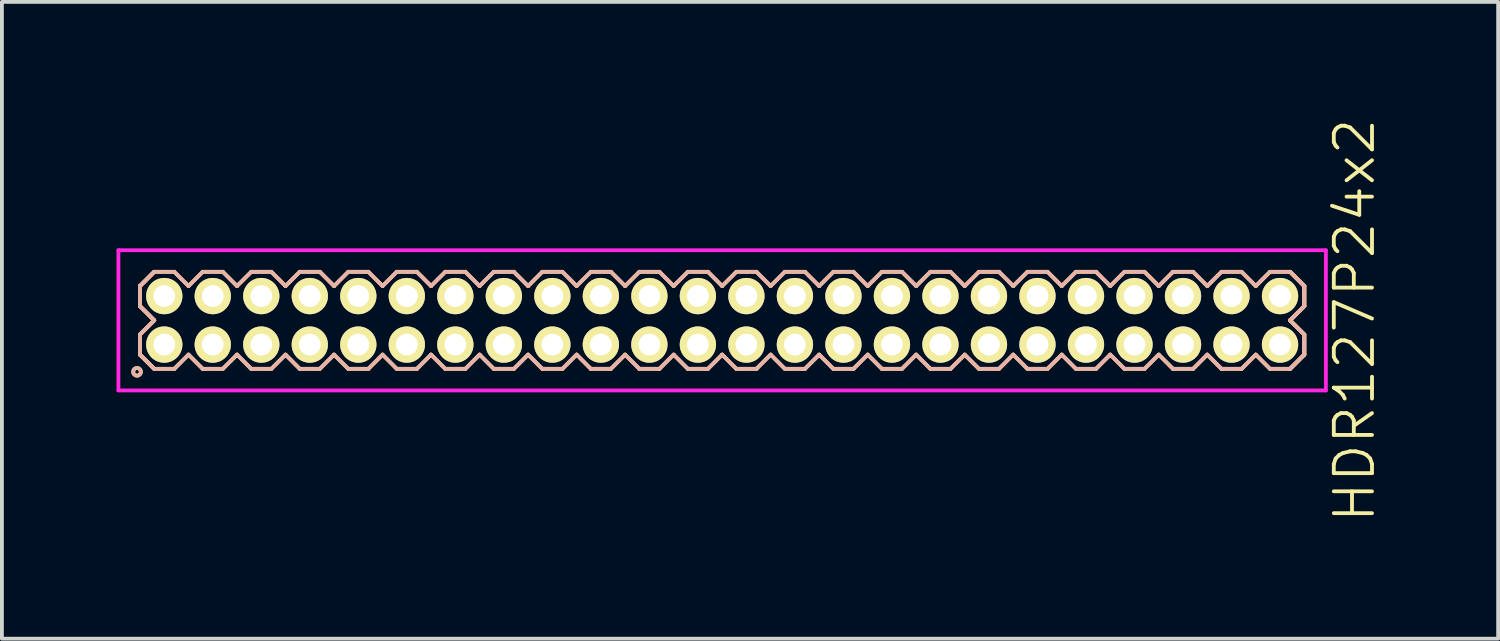
<source format=kicad_pcb>
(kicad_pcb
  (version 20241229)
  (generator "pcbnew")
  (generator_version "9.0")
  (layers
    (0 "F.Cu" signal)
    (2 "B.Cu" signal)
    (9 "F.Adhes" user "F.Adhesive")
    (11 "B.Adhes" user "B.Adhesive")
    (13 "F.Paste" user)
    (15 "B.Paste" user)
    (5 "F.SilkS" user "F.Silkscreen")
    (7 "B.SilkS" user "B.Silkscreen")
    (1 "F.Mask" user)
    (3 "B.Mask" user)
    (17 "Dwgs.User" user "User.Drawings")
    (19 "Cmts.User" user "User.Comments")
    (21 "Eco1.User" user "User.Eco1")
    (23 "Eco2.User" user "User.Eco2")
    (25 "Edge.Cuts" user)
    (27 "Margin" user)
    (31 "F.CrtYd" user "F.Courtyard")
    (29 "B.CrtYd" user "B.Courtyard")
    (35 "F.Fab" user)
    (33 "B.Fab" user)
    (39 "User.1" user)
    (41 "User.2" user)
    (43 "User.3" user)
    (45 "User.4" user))
  (footprint "HDR127P24x2"
    (layer "F.Cu")
    (at 15.855 5.336)
    (property "Reference" "HDR127P24x2" (at 16.555 0 90) (layer "F.SilkS") (effects (font (size 1 1) (thickness 0.1))))
    (attr through_hole)
    (fp_line (start -15.24 -0.898) (end -14.868 -1.27) (stroke (width 0.1) (type solid)) (layer "F.SilkS"))
    (fp_line (start -15.24 -0.898) (end -14.868 -1.27) (stroke (width 0.1) (type solid)) (layer "F.SilkS"))
    (fp_line (start -15.24 -0.372) (end -15.24 -0.898) (stroke (width 0.1) (type solid)) (layer "F.SilkS"))
    (fp_line (start -15.24 -0.372) (end -15.24 -0.898) (stroke (width 0.1) (type solid)) (layer "F.SilkS"))
    (fp_line (start -15.24 0.372) (end -14.868 0) (stroke (width 0.1) (type solid)) (layer "F.SilkS"))
    (fp_line (start -15.24 0.372) (end -14.868 0) (stroke (width 0.1) (type solid)) (layer "F.SilkS"))
    (fp_line (start -15.24 0.898) (end -15.24 0.372) (stroke (width 0.1) (type solid)) (layer "F.SilkS"))
    (fp_line (start -15.24 0.898) (end -15.24 0.372) (stroke (width 0.1) (type solid)) (layer "F.SilkS"))
    (fp_line (start -14.868 -1.27) (end -14.342 -1.27) (stroke (width 0.1) (type solid)) (layer "F.SilkS"))
    (fp_line (start -14.868 0) (end -15.24 -0.372) (stroke (width 0.1) (type solid)) (layer "F.SilkS"))
    (fp_line (start -14.868 0) (end -15.24 -0.372) (stroke (width 0.1) (type solid)) (layer "F.SilkS"))
    (fp_line (start -14.868 1.27) (end -15.24 0.898) (stroke (width 0.1) (type solid)) (layer "F.SilkS"))
    (fp_line (start -14.868 1.27) (end -15.24 0.898) (stroke (width 0.1) (type solid)) (layer "F.SilkS"))
    (fp_line (start -14.342 -1.27) (end -13.97 -0.898) (stroke (width 0.1) (type solid)) (layer "F.SilkS"))
    (fp_line (start -14.342 1.27) (end -14.868 1.27) (stroke (width 0.1) (type solid)) (layer "F.SilkS"))
    (fp_line (start -13.97 -0.898) (end -13.598 -1.27) (stroke (width 0.1) (type solid)) (layer "F.SilkS"))
    (fp_line (start -13.97 0.898) (end -14.342 1.27) (stroke (width 0.1) (type solid)) (layer "F.SilkS"))
    (fp_line (start -13.598 -1.27) (end -13.072 -1.27) (stroke (width 0.1) (type solid)) (layer "F.SilkS"))
    (fp_line (start -13.598 1.27) (end -13.97 0.898) (stroke (width 0.1) (type solid)) (layer "F.SilkS"))
    (fp_line (start -13.072 -1.27) (end -12.7 -0.898) (stroke (width 0.1) (type solid)) (layer "F.SilkS"))
    (fp_line (start -13.072 1.27) (end -13.598 1.27) (stroke (width 0.1) (type solid)) (layer "F.SilkS"))
    (fp_line (start -12.7 -0.898) (end -12.328 -1.27) (stroke (width 0.1) (type solid)) (layer "F.SilkS"))
    (fp_line (start -12.7 0.898) (end -13.072 1.27) (stroke (width 0.1) (type solid)) (layer "F.SilkS"))
    (fp_line (start -12.328 -1.27) (end -11.802 -1.27) (stroke (width 0.1) (type solid)) (layer "F.SilkS"))
    (fp_line (start -12.328 1.27) (end -12.7 0.898) (stroke (width 0.1) (type solid)) (layer "F.SilkS"))
    (fp_line (start -11.802 -1.27) (end -11.43 -0.898) (stroke (width 0.1) (type solid)) (layer "F.SilkS"))
    (fp_line (start -11.802 1.27) (end -12.328 1.27) (stroke (width 0.1) (type solid)) (layer "F.SilkS"))
    (fp_line (start -11.43 -0.898) (end -11.058 -1.27) (stroke (width 0.1) (type solid)) (layer "F.SilkS"))
    (fp_line (start -11.43 0.898) (end -11.802 1.27) (stroke (width 0.1) (type solid)) (layer "F.SilkS"))
    (fp_line (start -11.058 -1.27) (end -10.532 -1.27) (stroke (width 0.1) (type solid)) (layer "F.SilkS"))
    (fp_line (start -11.058 1.27) (end -11.43 0.898) (stroke (width 0.1) (type solid)) (layer "F.SilkS"))
    (fp_line (start -10.532 -1.27) (end -10.16 -0.898) (stroke (width 0.1) (type solid)) (layer "F.SilkS"))
    (fp_line (start -10.532 1.27) (end -11.058 1.27) (stroke (width 0.1) (type solid)) (layer "F.SilkS"))
    (fp_line (start -10.16 -0.898) (end -9.788 -1.27) (stroke (width 0.1) (type solid)) (layer "F.SilkS"))
    (fp_line (start -10.16 0.898) (end -10.532 1.27) (stroke (width 0.1) (type solid)) (layer "F.SilkS"))
    (fp_line (start -9.788 -1.27) (end -9.262 -1.27) (stroke (width 0.1) (type solid)) (layer "F.SilkS"))
    (fp_line (start -9.788 1.27) (end -10.16 0.898) (stroke (width 0.1) (type solid)) (layer "F.SilkS"))
    (fp_line (start -9.262 -1.27) (end -8.89 -0.898) (stroke (width 0.1) (type solid)) (layer "F.SilkS"))
    (fp_line (start -9.262 1.27) (end -9.788 1.27) (stroke (width 0.1) (type solid)) (layer "F.SilkS"))
    (fp_line (start -8.89 -0.898) (end -8.518 -1.27) (stroke (width 0.1) (type solid)) (layer "F.SilkS"))
    (fp_line (start -8.89 0.898) (end -9.262 1.27) (stroke (width 0.1) (type solid)) (layer "F.SilkS"))
    (fp_line (start -8.518 -1.27) (end -7.992 -1.27) (stroke (width 0.1) (type solid)) (layer "F.SilkS"))
    (fp_line (start -8.518 1.27) (end -8.89 0.898) (stroke (width 0.1) (type solid)) (layer "F.SilkS"))
    (fp_line (start -7.992 -1.27) (end -7.62 -0.898) (stroke (width 0.1) (type solid)) (layer "F.SilkS"))
    (fp_line (start -7.992 1.27) (end -8.518 1.27) (stroke (width 0.1) (type solid)) (layer "F.SilkS"))
    (fp_line (start -7.62 -0.898) (end -7.248 -1.27) (stroke (width 0.1) (type solid)) (layer "F.SilkS"))
    (fp_line (start -7.62 0.898) (end -7.992 1.27) (stroke (width 0.1) (type solid)) (layer "F.SilkS"))
    (fp_line (start -7.248 -1.27) (end -6.722 -1.27) (stroke (width 0.1) (type solid)) (layer "F.SilkS"))
    (fp_line (start -7.248 1.27) (end -7.62 0.898) (stroke (width 0.1) (type solid)) (layer "F.SilkS"))
    (fp_line (start -6.722 -1.27) (end -6.35 -0.898) (stroke (width 0.1) (type solid)) (layer "F.SilkS"))
    (fp_line (start -6.722 1.27) (end -7.248 1.27) (stroke (width 0.1) (type solid)) (layer "F.SilkS"))
    (fp_line (start -6.35 -0.898) (end -5.978 -1.27) (stroke (width 0.1) (type solid)) (layer "F.SilkS"))
    (fp_line (start -6.35 0.898) (end -6.722 1.27) (stroke (width 0.1) (type solid)) (layer "F.SilkS"))
    (fp_line (start -5.978 -1.27) (end -5.452 -1.27) (stroke (width 0.1) (type solid)) (layer "F.SilkS"))
    (fp_line (start -5.978 1.27) (end -6.35 0.898) (stroke (width 0.1) (type solid)) (layer "F.SilkS"))
    (fp_line (start -5.452 -1.27) (end -5.08 -0.898) (stroke (width 0.1) (type solid)) (layer "F.SilkS"))
    (fp_line (start -5.452 1.27) (end -5.978 1.27) (stroke (width 0.1) (type solid)) (layer "F.SilkS"))
    (fp_line (start -5.08 -0.898) (end -4.708 -1.27) (stroke (width 0.1) (type solid)) (layer "F.SilkS"))
    (fp_line (start -5.08 0.898) (end -5.452 1.27) (stroke (width 0.1) (type solid)) (layer "F.SilkS"))
    (fp_line (start -4.708 -1.27) (end -4.182 -1.27) (stroke (width 0.1) (type solid)) (layer "F.SilkS"))
    (fp_line (start -4.708 1.27) (end -5.08 0.898) (stroke (width 0.1) (type solid)) (layer "F.SilkS"))
    (fp_line (start -4.182 -1.27) (end -3.81 -0.898) (stroke (width 0.1) (type solid)) (layer "F.SilkS"))
    (fp_line (start -4.182 1.27) (end -4.708 1.27) (stroke (width 0.1) (type solid)) (layer "F.SilkS"))
    (fp_line (start -3.81 -0.898) (end -3.438 -1.27) (stroke (width 0.1) (type solid)) (layer "F.SilkS"))
    (fp_line (start -3.81 0.898) (end -4.182 1.27) (stroke (width 0.1) (type solid)) (layer "F.SilkS"))
    (fp_line (start -3.438 -1.27) (end -2.912 -1.27) (stroke (width 0.1) (type solid)) (layer "F.SilkS"))
    (fp_line (start -3.438 1.27) (end -3.81 0.898) (stroke (width 0.1) (type solid)) (layer "F.SilkS"))
    (fp_line (start -2.912 -1.27) (end -2.54 -0.898) (stroke (width 0.1) (type solid)) (layer "F.SilkS"))
    (fp_line (start -2.912 1.27) (end -3.438 1.27) (stroke (width 0.1) (type solid)) (layer "F.SilkS"))
    (fp_line (start -2.54 -0.898) (end -2.168 -1.27) (stroke (width 0.1) (type solid)) (layer "F.SilkS"))
    (fp_line (start -2.54 0.898) (end -2.912 1.27) (stroke (width 0.1) (type solid)) (layer "F.SilkS"))
    (fp_line (start -2.168 -1.27) (end -1.642 -1.27) (stroke (width 0.1) (type solid)) (layer "F.SilkS"))
    (fp_line (start -2.168 1.27) (end -2.54 0.898) (stroke (width 0.1) (type solid)) (layer "F.SilkS"))
    (fp_line (start -1.642 -1.27) (end -1.27 -0.898) (stroke (width 0.1) (type solid)) (layer "F.SilkS"))
    (fp_line (start -1.642 1.27) (end -2.168 1.27) (stroke (width 0.1) (type solid)) (layer "F.SilkS"))
    (fp_line (start -1.27 -0.898) (end -0.898 -1.27) (stroke (width 0.1) (type solid)) (layer "F.SilkS"))
    (fp_line (start -1.27 0.898) (end -1.642 1.27) (stroke (width 0.1) (type solid)) (layer "F.SilkS"))
    (fp_line (start -0.898 -1.27) (end -0.372 -1.27) (stroke (width 0.1) (type solid)) (layer "F.SilkS"))
    (fp_line (start -0.898 1.27) (end -1.27 0.898) (stroke (width 0.1) (type solid)) (layer "F.SilkS"))
    (fp_line (start -0.372 -1.27) (end 0 -0.898) (stroke (width 0.1) (type solid)) (layer "F.SilkS"))
    (fp_line (start -0.372 1.27) (end -0.898 1.27) (stroke (width 0.1) (type solid)) (layer "F.SilkS"))
    (fp_line (start 0 -0.898) (end 0.372 -1.27) (stroke (width 0.1) (type solid)) (layer "F.SilkS"))
    (fp_line (start 0 0.898) (end -0.372 1.27) (stroke (width 0.1) (type solid)) (layer "F.SilkS"))
    (fp_line (start 0.372 -1.27) (end 0.898 -1.27) (stroke (width 0.1) (type solid)) (layer "F.SilkS"))
    (fp_line (start 0.372 1.27) (end 0 0.898) (stroke (width 0.1) (type solid)) (layer "F.SilkS"))
    (fp_line (start 0.898 -1.27) (end 1.27 -0.898) (stroke (width 0.1) (type solid)) (layer "F.SilkS"))
    (fp_line (start 0.898 1.27) (end 0.372 1.27) (stroke (width 0.1) (type solid)) (layer "F.SilkS"))
    (fp_line (start 1.27 -0.898) (end 1.642 -1.27) (stroke (width 0.1) (type solid)) (layer "F.SilkS"))
    (fp_line (start 1.27 0.898) (end 0.898 1.27) (stroke (width 0.1) (type solid)) (layer "F.SilkS"))
    (fp_line (start 1.642 -1.27) (end 2.168 -1.27) (stroke (width 0.1) (type solid)) (layer "F.SilkS"))
    (fp_line (start 1.642 1.27) (end 1.27 0.898) (stroke (width 0.1) (type solid)) (layer "F.SilkS"))
    (fp_line (start 2.168 -1.27) (end 2.54 -0.898) (stroke (width 0.1) (type solid)) (layer "F.SilkS"))
    (fp_line (start 2.168 1.27) (end 1.642 1.27) (stroke (width 0.1) (type solid)) (layer "F.SilkS"))
    (fp_line (start 2.54 -0.898) (end 2.912 -1.27) (stroke (width 0.1) (type solid)) (layer "F.SilkS"))
    (fp_line (start 2.54 0.898) (end 2.168 1.27) (stroke (width 0.1) (type solid)) (layer "F.SilkS"))
    (fp_line (start 2.912 -1.27) (end 3.438 -1.27) (stroke (width 0.1) (type solid)) (layer "F.SilkS"))
    (fp_line (start 2.912 1.27) (end 2.54 0.898) (stroke (width 0.1) (type solid)) (layer "F.SilkS"))
    (fp_line (start 3.438 -1.27) (end 3.81 -0.898) (stroke (width 0.1) (type solid)) (layer "F.SilkS"))
    (fp_line (start 3.438 1.27) (end 2.912 1.27) (stroke (width 0.1) (type solid)) (layer "F.SilkS"))
    (fp_line (start 3.81 -0.898) (end 4.182 -1.27) (stroke (width 0.1) (type solid)) (layer "F.SilkS"))
    (fp_line (start 3.81 0.898) (end 3.438 1.27) (stroke (width 0.1) (type solid)) (layer "F.SilkS"))
    (fp_line (start 4.182 -1.27) (end 4.708 -1.27) (stroke (width 0.1) (type solid)) (layer "F.SilkS"))
    (fp_line (start 4.182 1.27) (end 3.81 0.898) (stroke (width 0.1) (type solid)) (layer "F.SilkS"))
    (fp_line (start 4.708 -1.27) (end 5.08 -0.898) (stroke (width 0.1) (type solid)) (layer "F.SilkS"))
    (fp_line (start 4.708 1.27) (end 4.182 1.27) (stroke (width 0.1) (type solid)) (layer "F.SilkS"))
    (fp_line (start 5.08 -0.898) (end 5.452 -1.27) (stroke (width 0.1) (type solid)) (layer "F.SilkS"))
    (fp_line (start 5.08 0.898) (end 4.708 1.27) (stroke (width 0.1) (type solid)) (layer "F.SilkS"))
    (fp_line (start 5.452 -1.27) (end 5.978 -1.27) (stroke (width 0.1) (type solid)) (layer "F.SilkS"))
    (fp_line (start 5.452 1.27) (end 5.08 0.898) (stroke (width 0.1) (type solid)) (layer "F.SilkS"))
    (fp_line (start 5.978 -1.27) (end 6.35 -0.898) (stroke (width 0.1) (type solid)) (layer "F.SilkS"))
    (fp_line (start 5.978 1.27) (end 5.452 1.27) (stroke (width 0.1) (type solid)) (layer "F.SilkS"))
    (fp_line (start 6.35 -0.898) (end 6.722 -1.27) (stroke (width 0.1) (type solid)) (layer "F.SilkS"))
    (fp_line (start 6.35 0.898) (end 5.978 1.27) (stroke (width 0.1) (type solid)) (layer "F.SilkS"))
    (fp_line (start 6.722 -1.27) (end 7.248 -1.27) (stroke (width 0.1) (type solid)) (layer "F.SilkS"))
    (fp_line (start 6.722 1.27) (end 6.35 0.898) (stroke (width 0.1) (type solid)) (layer "F.SilkS"))
    (fp_line (start 7.248 -1.27) (end 7.62 -0.898) (stroke (width 0.1) (type solid)) (layer "F.SilkS"))
    (fp_line (start 7.248 1.27) (end 6.722 1.27) (stroke (width 0.1) (type solid)) (layer "F.SilkS"))
    (fp_line (start 7.62 -0.898) (end 7.992 -1.27) (stroke (width 0.1) (type solid)) (layer "F.SilkS"))
    (fp_line (start 7.62 0.898) (end 7.248 1.27) (stroke (width 0.1) (type solid)) (layer "F.SilkS"))
    (fp_line (start 7.992 -1.27) (end 8.518 -1.27) (stroke (width 0.1) (type solid)) (layer "F.SilkS"))
    (fp_line (start 7.992 1.27) (end 7.62 0.898) (stroke (width 0.1) (type solid)) (layer "F.SilkS"))
    (fp_line (start 8.518 -1.27) (end 8.89 -0.898) (stroke (width 0.1) (type solid)) (layer "F.SilkS"))
    (fp_line (start 8.518 1.27) (end 7.992 1.27) (stroke (width 0.1) (type solid)) (layer "F.SilkS"))
    (fp_line (start 8.89 -0.898) (end 9.262 -1.27) (stroke (width 0.1) (type solid)) (layer "F.SilkS"))
    (fp_line (start 8.89 0.898) (end 8.518 1.27) (stroke (width 0.1) (type solid)) (layer "F.SilkS"))
    (fp_line (start 9.262 -1.27) (end 9.788 -1.27) (stroke (width 0.1) (type solid)) (layer "F.SilkS"))
    (fp_line (start 9.262 1.27) (end 8.89 0.898) (stroke (width 0.1) (type solid)) (layer "F.SilkS"))
    (fp_line (start 9.788 -1.27) (end 10.16 -0.898) (stroke (width 0.1) (type solid)) (layer "F.SilkS"))
    (fp_line (start 9.788 1.27) (end 9.262 1.27) (stroke (width 0.1) (type solid)) (layer "F.SilkS"))
    (fp_line (start 10.16 -0.898) (end 10.532 -1.27) (stroke (width 0.1) (type solid)) (layer "F.SilkS"))
    (fp_line (start 10.16 0.898) (end 9.788 1.27) (stroke (width 0.1) (type solid)) (layer "F.SilkS"))
    (fp_line (start 10.532 -1.27) (end 11.058 -1.27) (stroke (width 0.1) (type solid)) (layer "F.SilkS"))
    (fp_line (start 10.532 1.27) (end 10.16 0.898) (stroke (width 0.1) (type solid)) (layer "F.SilkS"))
    (fp_line (start 11.058 -1.27) (end 11.43 -0.898) (stroke (width 0.1) (type solid)) (layer "F.SilkS"))
    (fp_line (start 11.058 1.27) (end 10.532 1.27) (stroke (width 0.1) (type solid)) (layer "F.SilkS"))
    (fp_line (start 11.43 -0.898) (end 11.802 -1.27) (stroke (width 0.1) (type solid)) (layer "F.SilkS"))
    (fp_line (start 11.43 0.898) (end 11.058 1.27) (stroke (width 0.1) (type solid)) (layer "F.SilkS"))
    (fp_line (start 11.802 -1.27) (end 12.328 -1.27) (stroke (width 0.1) (type solid)) (layer "F.SilkS"))
    (fp_line (start 11.802 1.27) (end 11.43 0.898) (stroke (width 0.1) (type solid)) (layer "F.SilkS"))
    (fp_line (start 12.328 -1.27) (end 12.7 -0.898) (stroke (width 0.1) (type solid)) (layer "F.SilkS"))
    (fp_line (start 12.328 1.27) (end 11.802 1.27) (stroke (width 0.1) (type solid)) (layer "F.SilkS"))
    (fp_line (start 12.7 -0.898) (end 13.072 -1.27) (stroke (width 0.1) (type solid)) (layer "F.SilkS"))
    (fp_line (start 12.7 0.898) (end 12.328 1.27) (stroke (width 0.1) (type solid)) (layer "F.SilkS"))
    (fp_line (start 13.072 -1.27) (end 13.598 -1.27) (stroke (width 0.1) (type solid)) (layer "F.SilkS"))
    (fp_line (start 13.072 1.27) (end 12.7 0.898) (stroke (width 0.1) (type solid)) (layer "F.SilkS"))
    (fp_line (start 13.598 -1.27) (end 13.97 -0.898) (stroke (width 0.1) (type solid)) (layer "F.SilkS"))
    (fp_line (start 13.598 1.27) (end 13.072 1.27) (stroke (width 0.1) (type solid)) (layer "F.SilkS"))
    (fp_line (start 13.97 -0.898) (end 14.342 -1.27) (stroke (width 0.1) (type solid)) (layer "F.SilkS"))
    (fp_line (start 13.97 0.898) (end 13.598 1.27) (stroke (width 0.1) (type solid)) (layer "F.SilkS"))
    (fp_line (start 14.342 -1.27) (end 14.868 -1.27) (stroke (width 0.1) (type solid)) (layer "F.SilkS"))
    (fp_line (start 14.342 1.27) (end 13.97 0.898) (stroke (width 0.1) (type solid)) (layer "F.SilkS"))
    (fp_line (start 14.868 -1.27) (end 15.24 -0.898) (stroke (width 0.1) (type solid)) (layer "F.SilkS"))
    (fp_line (start 14.868 -1.27) (end 15.24 -0.898) (stroke (width 0.1) (type solid)) (layer "F.SilkS"))
    (fp_line (start 14.868 0) (end 15.24 0.372) (stroke (width 0.1) (type solid)) (layer "F.SilkS"))
    (fp_line (start 14.868 0) (end 15.24 0.372) (stroke (width 0.1) (type solid)) (layer "F.SilkS"))
    (fp_line (start 14.868 1.27) (end 14.342 1.27) (stroke (width 0.1) (type solid)) (layer "F.SilkS"))
    (fp_line (start 15.24 -0.898) (end 15.24 -0.372) (stroke (width 0.1) (type solid)) (layer "F.SilkS"))
    (fp_line (start 15.24 -0.898) (end 15.24 -0.372) (stroke (width 0.1) (type solid)) (layer "F.SilkS"))
    (fp_line (start 15.24 -0.372) (end 14.868 0) (stroke (width 0.1) (type solid)) (layer "F.SilkS"))
    (fp_line (start 15.24 -0.372) (end 14.868 0) (stroke (width 0.1) (type solid)) (layer "F.SilkS"))
    (fp_line (start 15.24 0.372) (end 15.24 0.898) (stroke (width 0.1) (type solid)) (layer "F.SilkS"))
    (fp_line (start 15.24 0.372) (end 15.24 0.898) (stroke (width 0.1) (type solid)) (layer "F.SilkS"))
    (fp_line (start 15.24 0.898) (end 14.868 1.27) (stroke (width 0.1) (type solid)) (layer "F.SilkS"))
    (fp_line (start 15.24 0.898) (end 14.868 1.27) (stroke (width 0.1) (type solid)) (layer "F.SilkS"))
    (fp_circle (center -15.318 1.348) (end -15.218 1.348) (stroke (width 0.1) (type solid)) (fill no) (layer "F.SilkS"))
    (fp_line (start -15.24 -0.898) (end -14.868 -1.27) (stroke (width 0.1) (type solid)) (layer "B.SilkS"))
    (fp_line (start -15.24 -0.898) (end -14.868 -1.27) (stroke (width 0.1) (type solid)) (layer "B.SilkS"))
    (fp_line (start -15.24 -0.372) (end -15.24 -0.898) (stroke (width 0.1) (type solid)) (layer "B.SilkS"))
    (fp_line (start -15.24 -0.372) (end -15.24 -0.898) (stroke (width 0.1) (type solid)) (layer "B.SilkS"))
    (fp_line (start -15.24 0.372) (end -14.868 0) (stroke (width 0.1) (type solid)) (layer "B.SilkS"))
    (fp_line (start -15.24 0.372) (end -14.868 0) (stroke (width 0.1) (type solid)) (layer "B.SilkS"))
    (fp_line (start -15.24 0.898) (end -15.24 0.372) (stroke (width 0.1) (type solid)) (layer "B.SilkS"))
    (fp_line (start -15.24 0.898) (end -15.24 0.372) (stroke (width 0.1) (type solid)) (layer "B.SilkS"))
    (fp_line (start -14.868 -1.27) (end -14.342 -1.27) (stroke (width 0.1) (type solid)) (layer "B.SilkS"))
    (fp_line (start -14.868 0) (end -15.24 -0.372) (stroke (width 0.1) (type solid)) (layer "B.SilkS"))
    (fp_line (start -14.868 0) (end -15.24 -0.372) (stroke (width 0.1) (type solid)) (layer "B.SilkS"))
    (fp_line (start -14.868 1.27) (end -15.24 0.898) (stroke (width 0.1) (type solid)) (layer "B.SilkS"))
    (fp_line (start -14.868 1.27) (end -15.24 0.898) (stroke (width 0.1) (type solid)) (layer "B.SilkS"))
    (fp_line (start -14.342 -1.27) (end -13.97 -0.898) (stroke (width 0.1) (type solid)) (layer "B.SilkS"))
    (fp_line (start -14.342 1.27) (end -14.868 1.27) (stroke (width 0.1) (type solid)) (layer "B.SilkS"))
    (fp_line (start -13.97 -0.898) (end -13.598 -1.27) (stroke (width 0.1) (type solid)) (layer "B.SilkS"))
    (fp_line (start -13.97 0.898) (end -14.342 1.27) (stroke (width 0.1) (type solid)) (layer "B.SilkS"))
    (fp_line (start -13.598 -1.27) (end -13.072 -1.27) (stroke (width 0.1) (type solid)) (layer "B.SilkS"))
    (fp_line (start -13.598 1.27) (end -13.97 0.898) (stroke (width 0.1) (type solid)) (layer "B.SilkS"))
    (fp_line (start -13.072 -1.27) (end -12.7 -0.898) (stroke (width 0.1) (type solid)) (layer "B.SilkS"))
    (fp_line (start -13.072 1.27) (end -13.598 1.27) (stroke (width 0.1) (type solid)) (layer "B.SilkS"))
    (fp_line (start -12.7 -0.898) (end -12.328 -1.27) (stroke (width 0.1) (type solid)) (layer "B.SilkS"))
    (fp_line (start -12.7 0.898) (end -13.072 1.27) (stroke (width 0.1) (type solid)) (layer "B.SilkS"))
    (fp_line (start -12.328 -1.27) (end -11.802 -1.27) (stroke (width 0.1) (type solid)) (layer "B.SilkS"))
    (fp_line (start -12.328 1.27) (end -12.7 0.898) (stroke (width 0.1) (type solid)) (layer "B.SilkS"))
    (fp_line (start -11.802 -1.27) (end -11.43 -0.898) (stroke (width 0.1) (type solid)) (layer "B.SilkS"))
    (fp_line (start -11.802 1.27) (end -12.328 1.27) (stroke (width 0.1) (type solid)) (layer "B.SilkS"))
    (fp_line (start -11.43 -0.898) (end -11.058 -1.27) (stroke (width 0.1) (type solid)) (layer "B.SilkS"))
    (fp_line (start -11.43 0.898) (end -11.802 1.27) (stroke (width 0.1) (type solid)) (layer "B.SilkS"))
    (fp_line (start -11.058 -1.27) (end -10.532 -1.27) (stroke (width 0.1) (type solid)) (layer "B.SilkS"))
    (fp_line (start -11.058 1.27) (end -11.43 0.898) (stroke (width 0.1) (type solid)) (layer "B.SilkS"))
    (fp_line (start -10.532 -1.27) (end -10.16 -0.898) (stroke (width 0.1) (type solid)) (layer "B.SilkS"))
    (fp_line (start -10.532 1.27) (end -11.058 1.27) (stroke (width 0.1) (type solid)) (layer "B.SilkS"))
    (fp_line (start -10.16 -0.898) (end -9.788 -1.27) (stroke (width 0.1) (type solid)) (layer "B.SilkS"))
    (fp_line (start -10.16 0.898) (end -10.532 1.27) (stroke (width 0.1) (type solid)) (layer "B.SilkS"))
    (fp_line (start -9.788 -1.27) (end -9.262 -1.27) (stroke (width 0.1) (type solid)) (layer "B.SilkS"))
    (fp_line (start -9.788 1.27) (end -10.16 0.898) (stroke (width 0.1) (type solid)) (layer "B.SilkS"))
    (fp_line (start -9.262 -1.27) (end -8.89 -0.898) (stroke (width 0.1) (type solid)) (layer "B.SilkS"))
    (fp_line (start -9.262 1.27) (end -9.788 1.27) (stroke (width 0.1) (type solid)) (layer "B.SilkS"))
    (fp_line (start -8.89 -0.898) (end -8.518 -1.27) (stroke (width 0.1) (type solid)) (layer "B.SilkS"))
    (fp_line (start -8.89 0.898) (end -9.262 1.27) (stroke (width 0.1) (type solid)) (layer "B.SilkS"))
    (fp_line (start -8.518 -1.27) (end -7.992 -1.27) (stroke (width 0.1) (type solid)) (layer "B.SilkS"))
    (fp_line (start -8.518 1.27) (end -8.89 0.898) (stroke (width 0.1) (type solid)) (layer "B.SilkS"))
    (fp_line (start -7.992 -1.27) (end -7.62 -0.898) (stroke (width 0.1) (type solid)) (layer "B.SilkS"))
    (fp_line (start -7.992 1.27) (end -8.518 1.27) (stroke (width 0.1) (type solid)) (layer "B.SilkS"))
    (fp_line (start -7.62 -0.898) (end -7.248 -1.27) (stroke (width 0.1) (type solid)) (layer "B.SilkS"))
    (fp_line (start -7.62 0.898) (end -7.992 1.27) (stroke (width 0.1) (type solid)) (layer "B.SilkS"))
    (fp_line (start -7.248 -1.27) (end -6.722 -1.27) (stroke (width 0.1) (type solid)) (layer "B.SilkS"))
    (fp_line (start -7.248 1.27) (end -7.62 0.898) (stroke (width 0.1) (type solid)) (layer "B.SilkS"))
    (fp_line (start -6.722 -1.27) (end -6.35 -0.898) (stroke (width 0.1) (type solid)) (layer "B.SilkS"))
    (fp_line (start -6.722 1.27) (end -7.248 1.27) (stroke (width 0.1) (type solid)) (layer "B.SilkS"))
    (fp_line (start -6.35 -0.898) (end -5.978 -1.27) (stroke (width 0.1) (type solid)) (layer "B.SilkS"))
    (fp_line (start -6.35 0.898) (end -6.722 1.27) (stroke (width 0.1) (type solid)) (layer "B.SilkS"))
    (fp_line (start -5.978 -1.27) (end -5.452 -1.27) (stroke (width 0.1) (type solid)) (layer "B.SilkS"))
    (fp_line (start -5.978 1.27) (end -6.35 0.898) (stroke (width 0.1) (type solid)) (layer "B.SilkS"))
    (fp_line (start -5.452 -1.27) (end -5.08 -0.898) (stroke (width 0.1) (type solid)) (layer "B.SilkS"))
    (fp_line (start -5.452 1.27) (end -5.978 1.27) (stroke (width 0.1) (type solid)) (layer "B.SilkS"))
    (fp_line (start -5.08 -0.898) (end -4.708 -1.27) (stroke (width 0.1) (type solid)) (layer "B.SilkS"))
    (fp_line (start -5.08 0.898) (end -5.452 1.27) (stroke (width 0.1) (type solid)) (layer "B.SilkS"))
    (fp_line (start -4.708 -1.27) (end -4.182 -1.27) (stroke (width 0.1) (type solid)) (layer "B.SilkS"))
    (fp_line (start -4.708 1.27) (end -5.08 0.898) (stroke (width 0.1) (type solid)) (layer "B.SilkS"))
    (fp_line (start -4.182 -1.27) (end -3.81 -0.898) (stroke (width 0.1) (type solid)) (layer "B.SilkS"))
    (fp_line (start -4.182 1.27) (end -4.708 1.27) (stroke (width 0.1) (type solid)) (layer "B.SilkS"))
    (fp_line (start -3.81 -0.898) (end -3.438 -1.27) (stroke (width 0.1) (type solid)) (layer "B.SilkS"))
    (fp_line (start -3.81 0.898) (end -4.182 1.27) (stroke (width 0.1) (type solid)) (layer "B.SilkS"))
    (fp_line (start -3.438 -1.27) (end -2.912 -1.27) (stroke (width 0.1) (type solid)) (layer "B.SilkS"))
    (fp_line (start -3.438 1.27) (end -3.81 0.898) (stroke (width 0.1) (type solid)) (layer "B.SilkS"))
    (fp_line (start -2.912 -1.27) (end -2.54 -0.898) (stroke (width 0.1) (type solid)) (layer "B.SilkS"))
    (fp_line (start -2.912 1.27) (end -3.438 1.27) (stroke (width 0.1) (type solid)) (layer "B.SilkS"))
    (fp_line (start -2.54 -0.898) (end -2.168 -1.27) (stroke (width 0.1) (type solid)) (layer "B.SilkS"))
    (fp_line (start -2.54 0.898) (end -2.912 1.27) (stroke (width 0.1) (type solid)) (layer "B.SilkS"))
    (fp_line (start -2.168 -1.27) (end -1.642 -1.27) (stroke (width 0.1) (type solid)) (layer "B.SilkS"))
    (fp_line (start -2.168 1.27) (end -2.54 0.898) (stroke (width 0.1) (type solid)) (layer "B.SilkS"))
    (fp_line (start -1.642 -1.27) (end -1.27 -0.898) (stroke (width 0.1) (type solid)) (layer "B.SilkS"))
    (fp_line (start -1.642 1.27) (end -2.168 1.27) (stroke (width 0.1) (type solid)) (layer "B.SilkS"))
    (fp_line (start -1.27 -0.898) (end -0.898 -1.27) (stroke (width 0.1) (type solid)) (layer "B.SilkS"))
    (fp_line (start -1.27 0.898) (end -1.642 1.27) (stroke (width 0.1) (type solid)) (layer "B.SilkS"))
    (fp_line (start -0.898 -1.27) (end -0.372 -1.27) (stroke (width 0.1) (type solid)) (layer "B.SilkS"))
    (fp_line (start -0.898 1.27) (end -1.27 0.898) (stroke (width 0.1) (type solid)) (layer "B.SilkS"))
    (fp_line (start -0.372 -1.27) (end 0 -0.898) (stroke (width 0.1) (type solid)) (layer "B.SilkS"))
    (fp_line (start -0.372 1.27) (end -0.898 1.27) (stroke (width 0.1) (type solid)) (layer "B.SilkS"))
    (fp_line (start 0 -0.898) (end 0.372 -1.27) (stroke (width 0.1) (type solid)) (layer "B.SilkS"))
    (fp_line (start 0 0.898) (end -0.372 1.27) (stroke (width 0.1) (type solid)) (layer "B.SilkS"))
    (fp_line (start 0.372 -1.27) (end 0.898 -1.27) (stroke (width 0.1) (type solid)) (layer "B.SilkS"))
    (fp_line (start 0.372 1.27) (end 0 0.898) (stroke (width 0.1) (type solid)) (layer "B.SilkS"))
    (fp_line (start 0.898 -1.27) (end 1.27 -0.898) (stroke (width 0.1) (type solid)) (layer "B.SilkS"))
    (fp_line (start 0.898 1.27) (end 0.372 1.27) (stroke (width 0.1) (type solid)) (layer "B.SilkS"))
    (fp_line (start 1.27 -0.898) (end 1.642 -1.27) (stroke (width 0.1) (type solid)) (layer "B.SilkS"))
    (fp_line (start 1.27 0.898) (end 0.898 1.27) (stroke (width 0.1) (type solid)) (layer "B.SilkS"))
    (fp_line (start 1.642 -1.27) (end 2.168 -1.27) (stroke (width 0.1) (type solid)) (layer "B.SilkS"))
    (fp_line (start 1.642 1.27) (end 1.27 0.898) (stroke (width 0.1) (type solid)) (layer "B.SilkS"))
    (fp_line (start 2.168 -1.27) (end 2.54 -0.898) (stroke (width 0.1) (type solid)) (layer "B.SilkS"))
    (fp_line (start 2.168 1.27) (end 1.642 1.27) (stroke (width 0.1) (type solid)) (layer "B.SilkS"))
    (fp_line (start 2.54 -0.898) (end 2.912 -1.27) (stroke (width 0.1) (type solid)) (layer "B.SilkS"))
    (fp_line (start 2.54 0.898) (end 2.168 1.27) (stroke (width 0.1) (type solid)) (layer "B.SilkS"))
    (fp_line (start 2.912 -1.27) (end 3.438 -1.27) (stroke (width 0.1) (type solid)) (layer "B.SilkS"))
    (fp_line (start 2.912 1.27) (end 2.54 0.898) (stroke (width 0.1) (type solid)) (layer "B.SilkS"))
    (fp_line (start 3.438 -1.27) (end 3.81 -0.898) (stroke (width 0.1) (type solid)) (layer "B.SilkS"))
    (fp_line (start 3.438 1.27) (end 2.912 1.27) (stroke (width 0.1) (type solid)) (layer "B.SilkS"))
    (fp_line (start 3.81 -0.898) (end 4.182 -1.27) (stroke (width 0.1) (type solid)) (layer "B.SilkS"))
    (fp_line (start 3.81 0.898) (end 3.438 1.27) (stroke (width 0.1) (type solid)) (layer "B.SilkS"))
    (fp_line (start 4.182 -1.27) (end 4.708 -1.27) (stroke (width 0.1) (type solid)) (layer "B.SilkS"))
    (fp_line (start 4.182 1.27) (end 3.81 0.898) (stroke (width 0.1) (type solid)) (layer "B.SilkS"))
    (fp_line (start 4.708 -1.27) (end 5.08 -0.898) (stroke (width 0.1) (type solid)) (layer "B.SilkS"))
    (fp_line (start 4.708 1.27) (end 4.182 1.27) (stroke (width 0.1) (type solid)) (layer "B.SilkS"))
    (fp_line (start 5.08 -0.898) (end 5.452 -1.27) (stroke (width 0.1) (type solid)) (layer "B.SilkS"))
    (fp_line (start 5.08 0.898) (end 4.708 1.27) (stroke (width 0.1) (type solid)) (layer "B.SilkS"))
    (fp_line (start 5.452 -1.27) (end 5.978 -1.27) (stroke (width 0.1) (type solid)) (layer "B.SilkS"))
    (fp_line (start 5.452 1.27) (end 5.08 0.898) (stroke (width 0.1) (type solid)) (layer "B.SilkS"))
    (fp_line (start 5.978 -1.27) (end 6.35 -0.898) (stroke (width 0.1) (type solid)) (layer "B.SilkS"))
    (fp_line (start 5.978 1.27) (end 5.452 1.27) (stroke (width 0.1) (type solid)) (layer "B.SilkS"))
    (fp_line (start 6.35 -0.898) (end 6.722 -1.27) (stroke (width 0.1) (type solid)) (layer "B.SilkS"))
    (fp_line (start 6.35 0.898) (end 5.978 1.27) (stroke (width 0.1) (type solid)) (layer "B.SilkS"))
    (fp_line (start 6.722 -1.27) (end 7.248 -1.27) (stroke (width 0.1) (type solid)) (layer "B.SilkS"))
    (fp_line (start 6.722 1.27) (end 6.35 0.898) (stroke (width 0.1) (type solid)) (layer "B.SilkS"))
    (fp_line (start 7.248 -1.27) (end 7.62 -0.898) (stroke (width 0.1) (type solid)) (layer "B.SilkS"))
    (fp_line (start 7.248 1.27) (end 6.722 1.27) (stroke (width 0.1) (type solid)) (layer "B.SilkS"))
    (fp_line (start 7.62 -0.898) (end 7.992 -1.27) (stroke (width 0.1) (type solid)) (layer "B.SilkS"))
    (fp_line (start 7.62 0.898) (end 7.248 1.27) (stroke (width 0.1) (type solid)) (layer "B.SilkS"))
    (fp_line (start 7.992 -1.27) (end 8.518 -1.27) (stroke (width 0.1) (type solid)) (layer "B.SilkS"))
    (fp_line (start 7.992 1.27) (end 7.62 0.898) (stroke (width 0.1) (type solid)) (layer "B.SilkS"))
    (fp_line (start 8.518 -1.27) (end 8.89 -0.898) (stroke (width 0.1) (type solid)) (layer "B.SilkS"))
    (fp_line (start 8.518 1.27) (end 7.992 1.27) (stroke (width 0.1) (type solid)) (layer "B.SilkS"))
    (fp_line (start 8.89 -0.898) (end 9.262 -1.27) (stroke (width 0.1) (type solid)) (layer "B.SilkS"))
    (fp_line (start 8.89 0.898) (end 8.518 1.27) (stroke (width 0.1) (type solid)) (layer "B.SilkS"))
    (fp_line (start 9.262 -1.27) (end 9.788 -1.27) (stroke (width 0.1) (type solid)) (layer "B.SilkS"))
    (fp_line (start 9.262 1.27) (end 8.89 0.898) (stroke (width 0.1) (type solid)) (layer "B.SilkS"))
    (fp_line (start 9.788 -1.27) (end 10.16 -0.898) (stroke (width 0.1) (type solid)) (layer "B.SilkS"))
    (fp_line (start 9.788 1.27) (end 9.262 1.27) (stroke (width 0.1) (type solid)) (layer "B.SilkS"))
    (fp_line (start 10.16 -0.898) (end 10.532 -1.27) (stroke (width 0.1) (type solid)) (layer "B.SilkS"))
    (fp_line (start 10.16 0.898) (end 9.788 1.27) (stroke (width 0.1) (type solid)) (layer "B.SilkS"))
    (fp_line (start 10.532 -1.27) (end 11.058 -1.27) (stroke (width 0.1) (type solid)) (layer "B.SilkS"))
    (fp_line (start 10.532 1.27) (end 10.16 0.898) (stroke (width 0.1) (type solid)) (layer "B.SilkS"))
    (fp_line (start 11.058 -1.27) (end 11.43 -0.898) (stroke (width 0.1) (type solid)) (layer "B.SilkS"))
    (fp_line (start 11.058 1.27) (end 10.532 1.27) (stroke (width 0.1) (type solid)) (layer "B.SilkS"))
    (fp_line (start 11.43 -0.898) (end 11.802 -1.27) (stroke (width 0.1) (type solid)) (layer "B.SilkS"))
    (fp_line (start 11.43 0.898) (end 11.058 1.27) (stroke (width 0.1) (type solid)) (layer "B.SilkS"))
    (fp_line (start 11.802 -1.27) (end 12.328 -1.27) (stroke (width 0.1) (type solid)) (layer "B.SilkS"))
    (fp_line (start 11.802 1.27) (end 11.43 0.898) (stroke (width 0.1) (type solid)) (layer "B.SilkS"))
    (fp_line (start 12.328 -1.27) (end 12.7 -0.898) (stroke (width 0.1) (type solid)) (layer "B.SilkS"))
    (fp_line (start 12.328 1.27) (end 11.802 1.27) (stroke (width 0.1) (type solid)) (layer "B.SilkS"))
    (fp_line (start 12.7 -0.898) (end 13.072 -1.27) (stroke (width 0.1) (type solid)) (layer "B.SilkS"))
    (fp_line (start 12.7 0.898) (end 12.328 1.27) (stroke (width 0.1) (type solid)) (layer "B.SilkS"))
    (fp_line (start 13.072 -1.27) (end 13.598 -1.27) (stroke (width 0.1) (type solid)) (layer "B.SilkS"))
    (fp_line (start 13.072 1.27) (end 12.7 0.898) (stroke (width 0.1) (type solid)) (layer "B.SilkS"))
    (fp_line (start 13.598 -1.27) (end 13.97 -0.898) (stroke (width 0.1) (type solid)) (layer "B.SilkS"))
    (fp_line (start 13.598 1.27) (end 13.072 1.27) (stroke (width 0.1) (type solid)) (layer "B.SilkS"))
    (fp_line (start 13.97 -0.898) (end 14.342 -1.27) (stroke (width 0.1) (type solid)) (layer "B.SilkS"))
    (fp_line (start 13.97 0.898) (end 13.598 1.27) (stroke (width 0.1) (type solid)) (layer "B.SilkS"))
    (fp_line (start 14.342 -1.27) (end 14.868 -1.27) (stroke (width 0.1) (type solid)) (layer "B.SilkS"))
    (fp_line (start 14.342 1.27) (end 13.97 0.898) (stroke (width 0.1) (type solid)) (layer "B.SilkS"))
    (fp_line (start 14.868 -1.27) (end 15.24 -0.898) (stroke (width 0.1) (type solid)) (layer "B.SilkS"))
    (fp_line (start 14.868 -1.27) (end 15.24 -0.898) (stroke (width 0.1) (type solid)) (layer "B.SilkS"))
    (fp_line (start 14.868 0) (end 15.24 0.372) (stroke (width 0.1) (type solid)) (layer "B.SilkS"))
    (fp_line (start 14.868 0) (end 15.24 0.372) (stroke (width 0.1) (type solid)) (layer "B.SilkS"))
    (fp_line (start 14.868 1.27) (end 14.342 1.27) (stroke (width 0.1) (type solid)) (layer "B.SilkS"))
    (fp_line (start 15.24 -0.898) (end 15.24 -0.372) (stroke (width 0.1) (type solid)) (layer "B.SilkS"))
    (fp_line (start 15.24 -0.898) (end 15.24 -0.372) (stroke (width 0.1) (type solid)) (layer "B.SilkS"))
    (fp_line (start 15.24 -0.372) (end 14.868 0) (stroke (width 0.1) (type solid)) (layer "B.SilkS"))
    (fp_line (start 15.24 -0.372) (end 14.868 0) (stroke (width 0.1) (type solid)) (layer "B.SilkS"))
    (fp_line (start 15.24 0.372) (end 15.24 0.898) (stroke (width 0.1) (type solid)) (layer "B.SilkS"))
    (fp_line (start 15.24 0.372) (end 15.24 0.898) (stroke (width 0.1) (type solid)) (layer "B.SilkS"))
    (fp_line (start 15.24 0.898) (end 14.868 1.27) (stroke (width 0.1) (type solid)) (layer "B.SilkS"))
    (fp_line (start 15.24 0.898) (end 14.868 1.27) (stroke (width 0.1) (type solid)) (layer "B.SilkS"))
    (fp_circle (center -15.318 1.348) (end -15.218 1.348) (stroke (width 0.1) (type solid)) (fill no) (layer "B.SilkS"))
    (fp_line (start -15.805 -1.835) (end -15.805 1.835) (stroke (width 0.1) (type solid)) (layer "F.CrtYd"))
    (fp_line (start -15.805 1.835) (end 15.805 1.835) (stroke (width 0.1) (type solid)) (layer "F.CrtYd"))
    (fp_line (start 15.805 -1.835) (end -15.805 -1.835) (stroke (width 0.1) (type solid)) (layer "F.CrtYd"))
    (fp_line (start 15.805 1.835) (end 15.805 -1.835) (stroke (width 0.1) (type solid)) (layer "F.CrtYd"))
    (pad "1" thru_hole oval (at -14.605 0.635) (size 0.95 0.95) (drill 0.57) (layers "*.Cu" "*.Mask" "F.SilkS"))
    (pad "2" thru_hole oval (at -14.605 -0.635) (size 0.95 0.95) (drill 0.57) (layers "*.Cu" "*.Mask" "F.SilkS"))
    (pad "3" thru_hole oval (at -13.335 0.635) (size 0.95 0.95) (drill 0.57) (layers "*.Cu" "*.Mask" "F.SilkS"))
    (pad "4" thru_hole oval (at -13.335 -0.635) (size 0.95 0.95) (drill 0.57) (layers "*.Cu" "*.Mask" "F.SilkS"))
    (pad "5" thru_hole oval (at -12.065 0.635) (size 0.95 0.95) (drill 0.57) (layers "*.Cu" "*.Mask" "F.SilkS"))
    (pad "6" thru_hole oval (at -12.065 -0.635) (size 0.95 0.95) (drill 0.57) (layers "*.Cu" "*.Mask" "F.SilkS"))
    (pad "7" thru_hole oval (at -10.795 0.635) (size 0.95 0.95) (drill 0.57) (layers "*.Cu" "*.Mask" "F.SilkS"))
    (pad "8" thru_hole oval (at -10.795 -0.635) (size 0.95 0.95) (drill 0.57) (layers "*.Cu" "*.Mask" "F.SilkS"))
    (pad "9" thru_hole oval (at -9.525 0.635) (size 0.95 0.95) (drill 0.57) (layers "*.Cu" "*.Mask" "F.SilkS"))
    (pad "10" thru_hole oval (at -9.525 -0.635) (size 0.95 0.95) (drill 0.57) (layers "*.Cu" "*.Mask" "F.SilkS"))
    (pad "11" thru_hole oval (at -8.255 0.635) (size 0.95 0.95) (drill 0.57) (layers "*.Cu" "*.Mask" "F.SilkS"))
    (pad "12" thru_hole oval (at -8.255 -0.635) (size 0.95 0.95) (drill 0.57) (layers "*.Cu" "*.Mask" "F.SilkS"))
    (pad "13" thru_hole oval (at -6.985 0.635) (size 0.95 0.95) (drill 0.57) (layers "*.Cu" "*.Mask" "F.SilkS"))
    (pad "14" thru_hole oval (at -6.985 -0.635) (size 0.95 0.95) (drill 0.57) (layers "*.Cu" "*.Mask" "F.SilkS"))
    (pad "15" thru_hole oval (at -5.715 0.635) (size 0.95 0.95) (drill 0.57) (layers "*.Cu" "*.Mask" "F.SilkS"))
    (pad "16" thru_hole oval (at -5.715 -0.635) (size 0.95 0.95) (drill 0.57) (layers "*.Cu" "*.Mask" "F.SilkS"))
    (pad "17" thru_hole oval (at -4.445 0.635) (size 0.95 0.95) (drill 0.57) (layers "*.Cu" "*.Mask" "F.SilkS"))
    (pad "18" thru_hole oval (at -4.445 -0.635) (size 0.95 0.95) (drill 0.57) (layers "*.Cu" "*.Mask" "F.SilkS"))
    (pad "19" thru_hole oval (at -3.175 0.635) (size 0.95 0.95) (drill 0.57) (layers "*.Cu" "*.Mask" "F.SilkS"))
    (pad "20" thru_hole oval (at -3.175 -0.635) (size 0.95 0.95) (drill 0.57) (layers "*.Cu" "*.Mask" "F.SilkS"))
    (pad "21" thru_hole oval (at -1.905 0.635) (size 0.95 0.95) (drill 0.57) (layers "*.Cu" "*.Mask" "F.SilkS"))
    (pad "22" thru_hole oval (at -1.905 -0.635) (size 0.95 0.95) (drill 0.57) (layers "*.Cu" "*.Mask" "F.SilkS"))
    (pad "23" thru_hole oval (at -0.635 0.635) (size 0.95 0.95) (drill 0.57) (layers "*.Cu" "*.Mask" "F.SilkS"))
    (pad "24" thru_hole oval (at -0.635 -0.635) (size 0.95 0.95) (drill 0.57) (layers "*.Cu" "*.Mask" "F.SilkS"))
    (pad "25" thru_hole oval (at 0.635 0.635) (size 0.95 0.95) (drill 0.57) (layers "*.Cu" "*.Mask" "F.SilkS"))
    (pad "26" thru_hole oval (at 0.635 -0.635) (size 0.95 0.95) (drill 0.57) (layers "*.Cu" "*.Mask" "F.SilkS"))
    (pad "27" thru_hole oval (at 1.905 0.635) (size 0.95 0.95) (drill 0.57) (layers "*.Cu" "*.Mask" "F.SilkS"))
    (pad "28" thru_hole oval (at 1.905 -0.635) (size 0.95 0.95) (drill 0.57) (layers "*.Cu" "*.Mask" "F.SilkS"))
    (pad "29" thru_hole oval (at 3.175 0.635) (size 0.95 0.95) (drill 0.57) (layers "*.Cu" "*.Mask" "F.SilkS"))
    (pad "30" thru_hole oval (at 3.175 -0.635) (size 0.95 0.95) (drill 0.57) (layers "*.Cu" "*.Mask" "F.SilkS"))
    (pad "31" thru_hole oval (at 4.445 0.635) (size 0.95 0.95) (drill 0.57) (layers "*.Cu" "*.Mask" "F.SilkS"))
    (pad "32" thru_hole oval (at 4.445 -0.635) (size 0.95 0.95) (drill 0.57) (layers "*.Cu" "*.Mask" "F.SilkS"))
    (pad "33" thru_hole oval (at 5.715 0.635) (size 0.95 0.95) (drill 0.57) (layers "*.Cu" "*.Mask" "F.SilkS"))
    (pad "34" thru_hole oval (at 5.715 -0.635) (size 0.95 0.95) (drill 0.57) (layers "*.Cu" "*.Mask" "F.SilkS"))
    (pad "35" thru_hole oval (at 6.985 0.635) (size 0.95 0.95) (drill 0.57) (layers "*.Cu" "*.Mask" "F.SilkS"))
    (pad "36" thru_hole oval (at 6.985 -0.635) (size 0.95 0.95) (drill 0.57) (layers "*.Cu" "*.Mask" "F.SilkS"))
    (pad "37" thru_hole oval (at 8.255 0.635) (size 0.95 0.95) (drill 0.57) (layers "*.Cu" "*.Mask" "F.SilkS"))
    (pad "38" thru_hole oval (at 8.255 -0.635) (size 0.95 0.95) (drill 0.57) (layers "*.Cu" "*.Mask" "F.SilkS"))
    (pad "39" thru_hole oval (at 9.525 0.635) (size 0.95 0.95) (drill 0.57) (layers "*.Cu" "*.Mask" "F.SilkS"))
    (pad "40" thru_hole oval (at 9.525 -0.635) (size 0.95 0.95) (drill 0.57) (layers "*.Cu" "*.Mask" "F.SilkS"))
    (pad "41" thru_hole oval (at 10.795 0.635) (size 0.95 0.95) (drill 0.57) (layers "*.Cu" "*.Mask" "F.SilkS"))
    (pad "42" thru_hole oval (at 10.795 -0.635) (size 0.95 0.95) (drill 0.57) (layers "*.Cu" "*.Mask" "F.SilkS"))
    (pad "43" thru_hole oval (at 12.065 0.635) (size 0.95 0.95) (drill 0.57) (layers "*.Cu" "*.Mask" "F.SilkS"))
    (pad "44" thru_hole oval (at 12.065 -0.635) (size 0.95 0.95) (drill 0.57) (layers "*.Cu" "*.Mask" "F.SilkS"))
    (pad "45" thru_hole oval (at 13.335 0.635) (size 0.95 0.95) (drill 0.57) (layers "*.Cu" "*.Mask" "F.SilkS"))
    (pad "46" thru_hole oval (at 13.335 -0.635) (size 0.95 0.95) (drill 0.57) (layers "*.Cu" "*.Mask" "F.SilkS"))
    (pad "47" thru_hole oval (at 14.605 0.635) (size 0.95 0.95) (drill 0.57) (layers "*.Cu" "*.Mask" "F.SilkS"))
    (pad "48" thru_hole oval (at 14.605 -0.635) (size 0.95 0.95) (drill 0.57) (layers "*.Cu" "*.Mask" "F.SilkS")))
  (gr_rect
    (start -3 -3)
    (end 36.17 13.671)
    (stroke (width 0.1) (type default))
    (fill no)
    (layer "Edge.Cuts")))
</source>
